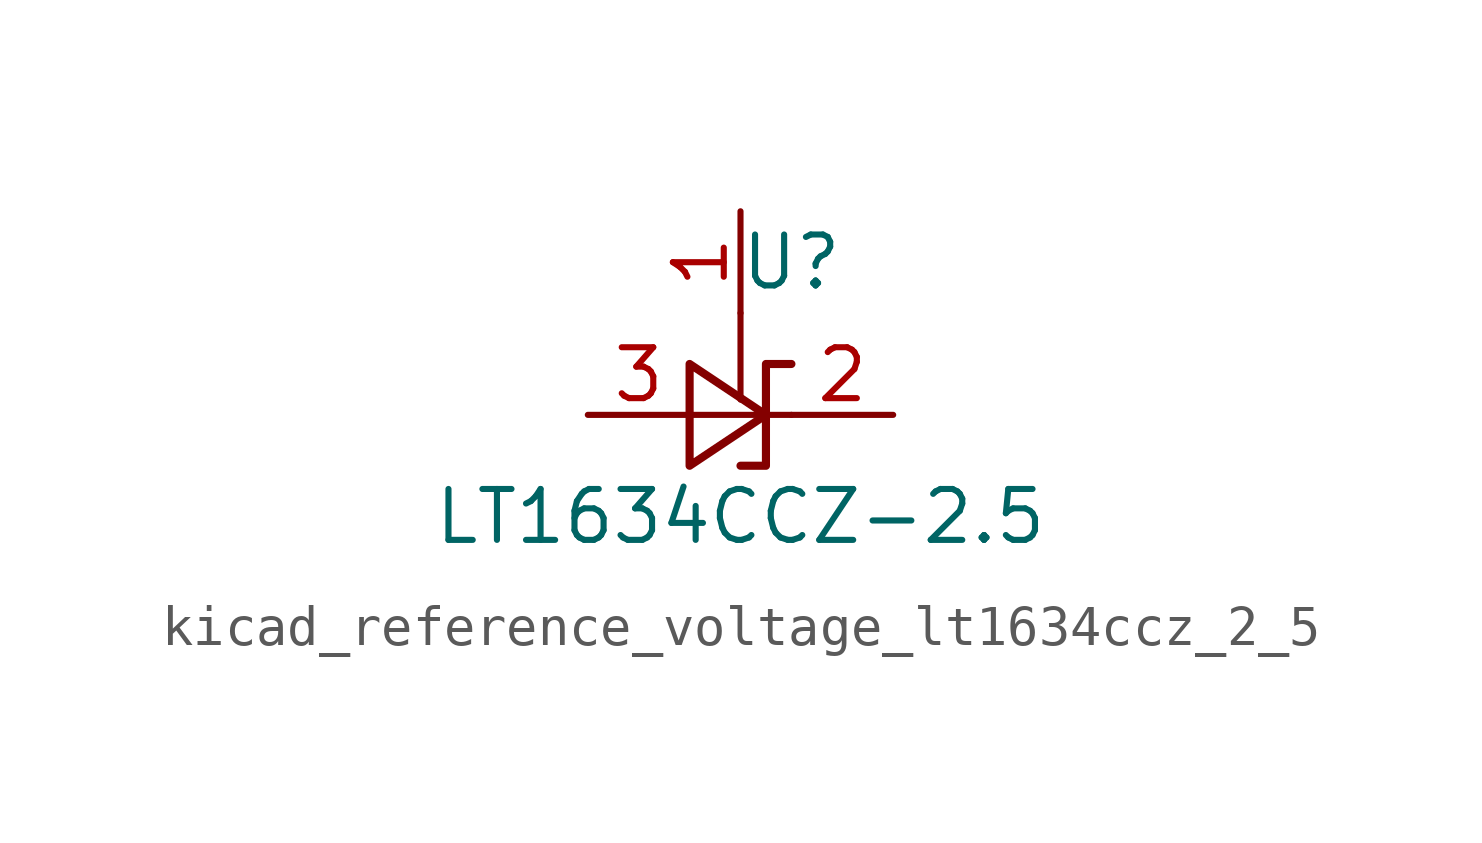
<source format=kicad_sym>
(kicad_symbol_lib
  (version 20220914)
  (generator kicad_symbol_editor)
  (symbol "kicad_reference_voltage_lt1634ccz_2_5"
    (pin_names hide)
    (property "Reference" "U"
      (at 1.27 3.81 0)
      (effects (font (size 1.27 1.27))))
    (property "Value" "LT1634CCZ-2.5"
      (at 0 -2.54 0)
      (effects (font (size 1.27 1.27))))
    (symbol "kicad_reference_voltage_lt1634ccz_2_5_1_1"
      (polyline (pts (xy 0 2.54) (xy 0 0.381)) (stroke (width 0) (type default)) (fill (type none)))
      (polyline (pts (xy -1.27 0) (xy 0 0) (xy 1.27 0)) (stroke (width 0) (type default)) (fill (type none)))
      (polyline (pts (xy -1.27 -1.27) (xy 0.635 0) (xy -1.27 1.27) (xy -1.27 -1.27)) (stroke (width 0.203) (type default)) (fill (type none)))
      (polyline (pts (xy 0 -1.27) (xy 0.635 -1.27) (xy 0.635 1.27) (xy 1.27 1.27)) (stroke (width 0.203) (type default)) (fill (type none)))
      (pin input line (at 0 5.08 270) (length 2.54) (name "Test" (effects (font (size 1.27 1.27)))) (number "1" (effects (font (size 1.27 1.27)))))
      (pin passive line (at 3.81 0 180) (length 2.54) (name "K" (effects (font (size 1.27 1.27)))) (number "2" (effects (font (size 1.27 1.27)))))
      (pin passive line (at -3.81 0 0) (length 2.54) (name "A" (effects (font (size 1.27 1.27)))) (number "3" (effects (font (size 1.27 1.27))))))))
</source>
